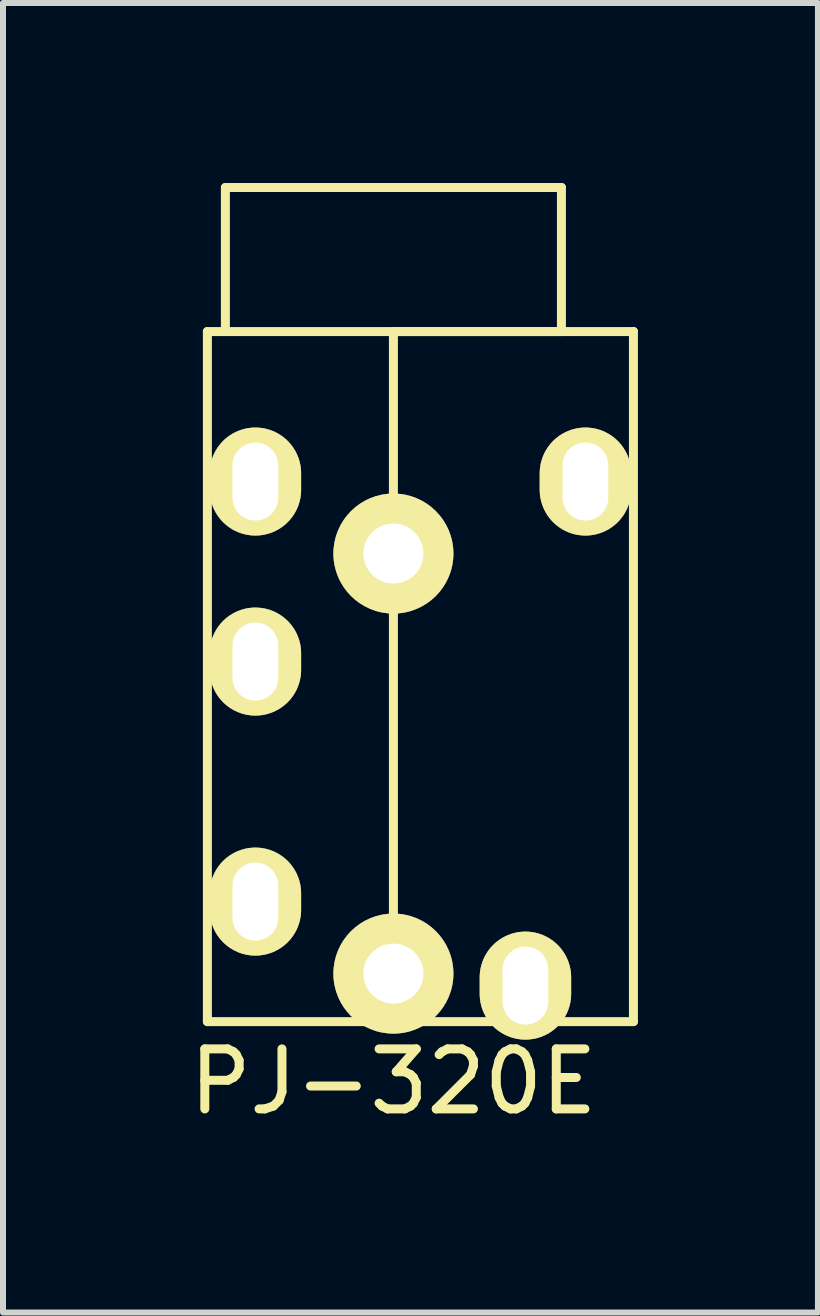
<source format=kicad_pcb>
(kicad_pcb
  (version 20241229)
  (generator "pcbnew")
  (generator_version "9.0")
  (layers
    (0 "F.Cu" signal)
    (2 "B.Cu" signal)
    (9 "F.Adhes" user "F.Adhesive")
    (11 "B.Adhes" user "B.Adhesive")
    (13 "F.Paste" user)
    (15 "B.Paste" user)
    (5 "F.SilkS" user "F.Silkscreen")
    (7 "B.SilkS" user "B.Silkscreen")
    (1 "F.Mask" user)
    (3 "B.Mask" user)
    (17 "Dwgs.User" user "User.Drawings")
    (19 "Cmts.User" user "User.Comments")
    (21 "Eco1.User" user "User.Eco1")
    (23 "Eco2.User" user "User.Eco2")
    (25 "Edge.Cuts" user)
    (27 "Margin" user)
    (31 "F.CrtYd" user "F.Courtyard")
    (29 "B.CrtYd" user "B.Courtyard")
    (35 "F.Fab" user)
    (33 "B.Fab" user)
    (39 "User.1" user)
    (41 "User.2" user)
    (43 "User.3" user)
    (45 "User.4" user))
  (footprint "PJ-320E"
    (layer "F.Cu")
    (at 3.506 2.975)
    (property "Reference" "PJ-320E" (at 0 12 0) (layer "F.SilkS") (effects (font (size 1 1) (thickness 0.15))))
    (attr through_hole)
    (fp_line (start -3.1 -0.5) (end -3.1 11) (stroke (width 0.15) (type solid)) (layer "F.SilkS"))
    (fp_line (start -3.1 -0.5) (end -2.8 -0.5) (stroke (width 0.15) (type solid)) (layer "F.SilkS"))
    (fp_line (start -3.1 11) (end 0 11) (stroke (width 0.15) (type solid)) (layer "F.SilkS"))
    (fp_line (start -2.8 -2.9) (end 2.8 -2.9) (stroke (width 0.15) (type solid)) (layer "F.SilkS"))
    (fp_line (start -2.8 -0.5) (end -2.8 -2.9) (stroke (width 0.15) (type solid)) (layer "F.SilkS"))
    (fp_line (start 0 -0.5) (end 0 11) (stroke (width 0.15) (type solid)) (layer "F.SilkS"))
    (fp_line (start 0 -0.5) (end 4 -0.5) (stroke (width 0.15) (type solid)) (layer "F.SilkS"))
    (fp_line (start 2.8 -2.9) (end 2.8 -0.5) (stroke (width 0.15) (type solid)) (layer "F.SilkS"))
    (fp_line (start 2.8 -0.5) (end -2.8 -0.5) (stroke (width 0.15) (type solid)) (layer "F.SilkS"))
    (fp_line (start 4 -0.5) (end 4 11) (stroke (width 0.15) (type solid)) (layer "F.SilkS"))
    (fp_line (start 4 11) (end 0 11) (stroke (width 0.15) (type solid)) (layer "F.SilkS"))
    (pad "1" thru_hole oval (at -2.3 2) (size 1.524 1.8) (drill oval 0.762 1.3) (layers "*.Cu" "*.Mask" "F.SilkS"))
    (pad "2" thru_hole oval (at 3.2 2) (size 1.524 1.8) (drill oval 0.762 1.3) (layers "*.Cu" "*.Mask" "F.SilkS"))
    (pad "3" thru_hole oval (at -2.3 5) (size 1.524 1.8) (drill oval 0.762 1.3) (layers "*.Cu" "*.Mask" "F.SilkS"))
    (pad "4" thru_hole oval (at -2.3 9) (size 1.524 1.8) (drill oval 0.762 1.3) (layers "*.Cu" "*.Mask" "F.SilkS"))
    (pad "5" thru_hole oval (at 2.2 10.4) (size 1.524 1.8) (drill oval 0.762 1.3) (layers "*.Cu" "*.Mask" "F.SilkS"))
    (pad "8" thru_hole circle (at 0 3.2) (size 2 2) (drill 1) (layers "*.Cu" "*.Mask" "F.SilkS"))
    (pad "9" thru_hole circle (at 0 10.2) (size 2 2) (drill 1) (layers "*.Cu" "*.Mask" "F.SilkS")))
  (gr_rect
    (start -3 -3)
    (end 10.581 18.823)
    (stroke (width 0.1) (type default))
    (fill no)
    (layer "Edge.Cuts")))
</source>
